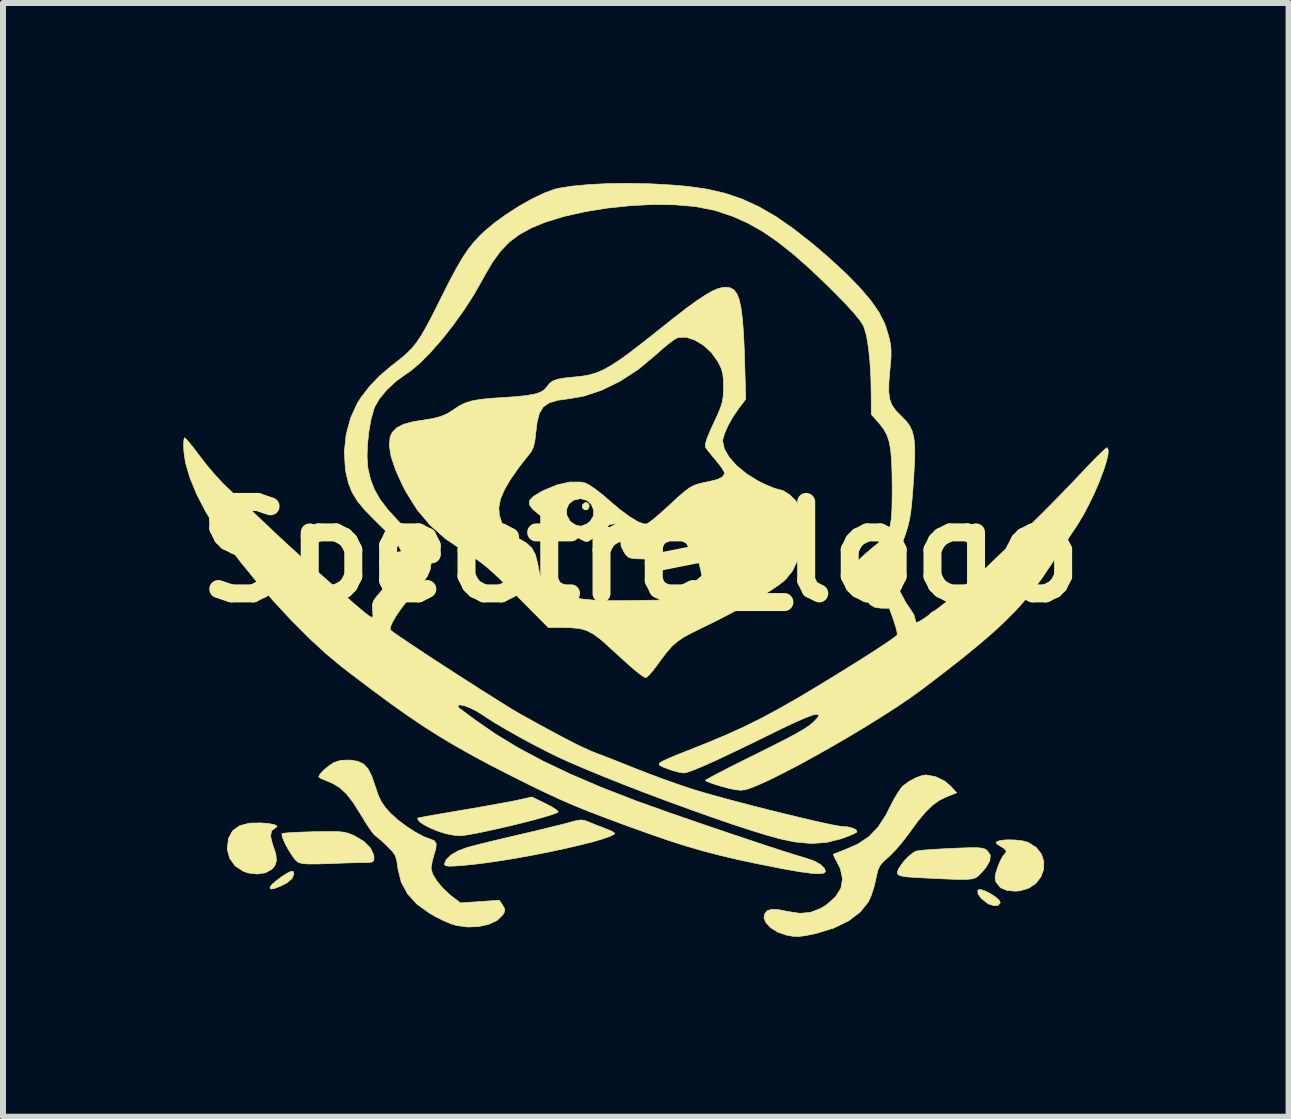
<source format=kicad_pcb>
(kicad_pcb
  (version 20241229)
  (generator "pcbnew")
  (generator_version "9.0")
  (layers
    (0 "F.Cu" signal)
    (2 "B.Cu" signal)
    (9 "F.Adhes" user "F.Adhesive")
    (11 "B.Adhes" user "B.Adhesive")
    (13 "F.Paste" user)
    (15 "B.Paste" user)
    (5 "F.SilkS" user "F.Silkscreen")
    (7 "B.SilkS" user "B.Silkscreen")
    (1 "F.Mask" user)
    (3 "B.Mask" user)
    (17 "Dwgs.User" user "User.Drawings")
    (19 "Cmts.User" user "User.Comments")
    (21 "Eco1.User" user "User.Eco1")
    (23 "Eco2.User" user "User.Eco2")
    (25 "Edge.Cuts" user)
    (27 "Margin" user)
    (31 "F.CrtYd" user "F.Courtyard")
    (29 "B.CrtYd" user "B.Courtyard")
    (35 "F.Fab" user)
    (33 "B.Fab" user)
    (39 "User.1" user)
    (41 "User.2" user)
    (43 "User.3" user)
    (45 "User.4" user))
  (footprint "Spectre_logo"
    (layer "F.Cu")
    (at 7.627 6.149)
    (property "Reference" "Spectre_logo" (at 0 0 0) (layer "F.SilkS") (effects (font (size 1.524 1.524) (thickness 0.3))))
    (attr through_hole)
    (fp_poly (pts (xy -0.866 -0.799) (xy -0.857 -0.762) (xy -0.88 -0.711) (xy -0.928 -0.7) (xy -0.968 -0.73) (xy -0.973 -0.784) (xy -0.931 -0.821) (xy -0.903 -0.826) (xy -0.866 -0.799)) (stroke (width 0.01) (type solid)) (fill yes) (layer "F.SilkS"))
    (fp_poly (pts (xy -5.779 5.362) (xy -5.81 5.441) (xy -5.9 5.517) (xy -6.009 5.571) (xy -6.111 5.609) (xy -6.165 5.616) (xy -6.177 5.592) (xy -6.173 5.576) (xy -6.137 5.533) (xy -6.065 5.472) (xy -5.977 5.407) (xy -5.891 5.352) (xy -5.834 5.324) (xy -5.789 5.324) (xy -5.779 5.362)) (stroke (width 0.01) (type solid)) (fill yes) (layer "F.SilkS"))
    (fp_poly (pts (xy 5.739 5.649) (xy 5.826 5.692) (xy 5.909 5.746) (xy 5.97 5.799) (xy 5.992 5.841) (xy 5.992 5.842) (xy 5.958 5.887) (xy 5.89 5.895) (xy 5.802 5.867) (xy 5.77 5.848) (xy 5.674 5.77) (xy 5.621 5.697) (xy 5.618 5.64) (xy 5.623 5.631) (xy 5.666 5.625) (xy 5.739 5.649)) (stroke (width 0.01) (type solid)) (fill yes) (layer "F.SilkS"))
    (fp_poly (pts (xy -6.201 4.525) (xy -6.108 4.542) (xy -6.062 4.564) (xy -6.069 4.586) (xy -6.088 4.595) (xy -6.152 4.646) (xy -6.168 4.737) (xy -6.136 4.868) (xy -6.128 4.889) (xy -6.08 5.034) (xy -6.069 5.142) (xy -6.096 5.226) (xy -6.148 5.288) (xy -6.252 5.345) (xy -6.388 5.366) (xy -6.535 5.35) (xy -6.621 5.321) (xy -6.757 5.232) (xy -6.849 5.106) (xy -6.889 4.958) (xy -6.89 4.932) (xy -6.867 4.766) (xy -6.799 4.643) (xy -6.683 4.561) (xy -6.52 4.518) (xy -6.332 4.514) (xy -6.201 4.525)) (stroke (width 0.01) (type solid)) (fill yes) (layer "F.SilkS"))
    (fp_poly (pts (xy 6.242 4.799) (xy 6.361 4.813) (xy 6.452 4.837) (xy 6.454 4.838) (xy 6.591 4.923) (xy 6.678 5.034) (xy 6.718 5.16) (xy 6.714 5.29) (xy 6.669 5.414) (xy 6.585 5.522) (xy 6.466 5.603) (xy 6.313 5.647) (xy 6.238 5.652) (xy 6.105 5.64) (xy 6.009 5.6) (xy 5.989 5.586) (xy 5.919 5.498) (xy 5.905 5.427) (xy 5.918 5.349) (xy 5.951 5.248) (xy 5.993 5.146) (xy 6.037 5.065) (xy 6.068 5.03) (xy 6.095 4.99) (xy 6.059 4.942) (xy 5.996 4.903) (xy 5.934 4.864) (xy 5.925 4.837) (xy 5.941 4.823) (xy 6.009 4.804) (xy 6.117 4.796) (xy 6.242 4.799)) (stroke (width 0.01) (type solid)) (fill yes) (layer "F.SilkS"))
    (fp_poly (pts (xy -5.01 4.662) (xy -4.933 4.672) (xy -4.87 4.688) (xy -4.807 4.713) (xy -4.76 4.735) (xy -4.609 4.826) (xy -4.503 4.933) (xy -4.45 5.048) (xy -4.445 5.093) (xy -4.449 5.141) (xy -4.473 5.165) (xy -4.531 5.174) (xy -4.615 5.175) (xy -4.712 5.177) (xy -4.854 5.18) (xy -5.023 5.186) (xy -5.199 5.193) (xy -5.21 5.193) (xy -5.403 5.199) (xy -5.542 5.199) (xy -5.638 5.191) (xy -5.699 5.176) (xy -5.712 5.169) (xy -5.76 5.126) (xy -5.817 5.047) (xy -5.877 4.95) (xy -5.93 4.851) (xy -5.967 4.764) (xy -5.98 4.706) (xy -5.976 4.693) (xy -5.938 4.685) (xy -5.848 4.677) (xy -5.717 4.67) (xy -5.556 4.664) (xy -5.445 4.661) (xy -5.253 4.658) (xy -5.112 4.658) (xy -5.01 4.662)) (stroke (width 0.01) (type solid)) (fill yes) (layer "F.SilkS"))
    (fp_poly (pts (xy 5.615 4.928) (xy 5.682 4.934) (xy 5.728 4.946) (xy 5.761 4.965) (xy 5.774 4.975) (xy 5.826 5.05) (xy 5.818 5.144) (xy 5.751 5.26) (xy 5.684 5.337) (xy 5.646 5.377) (xy 5.613 5.408) (xy 5.575 5.431) (xy 5.526 5.446) (xy 5.456 5.454) (xy 5.359 5.456) (xy 5.225 5.454) (xy 5.048 5.447) (xy 4.817 5.436) (xy 4.715 5.431) (xy 4.531 5.421) (xy 4.403 5.41) (xy 4.323 5.394) (xy 4.283 5.37) (xy 4.276 5.336) (xy 4.293 5.289) (xy 4.299 5.276) (xy 4.365 5.179) (xy 4.452 5.083) (xy 4.542 5.01) (xy 4.588 4.985) (xy 4.64 4.976) (xy 4.743 4.965) (xy 4.886 4.955) (xy 5.055 4.945) (xy 5.177 4.939) (xy 5.372 4.931) (xy 5.515 4.927) (xy 5.615 4.928)) (stroke (width 0.01) (type solid)) (fill yes) (layer "F.SilkS"))
    (fp_poly (pts (xy -1.588 4.191) (xy -1.484 4.245) (xy -1.409 4.293) (xy -1.375 4.326) (xy -1.375 4.331) (xy -1.409 4.351) (xy -1.496 4.382) (xy -1.624 4.42) (xy -1.785 4.465) (xy -1.968 4.512) (xy -2.164 4.56) (xy -2.362 4.606) (xy -2.552 4.648) (xy -2.725 4.684) (xy -2.87 4.71) (xy -2.977 4.726) (xy -3.024 4.729) (xy -3.121 4.718) (xy -3.237 4.696) (xy -3.27 4.687) (xy -3.401 4.644) (xy -3.522 4.592) (xy -3.623 4.538) (xy -3.692 4.488) (xy -3.718 4.448) (xy -3.711 4.433) (xy -3.678 4.425) (xy -3.591 4.409) (xy -3.459 4.385) (xy -3.292 4.356) (xy -3.099 4.323) (xy -3 4.306) (xy -2.779 4.269) (xy -2.563 4.231) (xy -2.366 4.195) (xy -2.2 4.165) (xy -2.08 4.141) (xy -2.057 4.136) (xy -1.812 4.082) (xy -1.588 4.191)) (stroke (width 0.01) (type solid)) (fill yes) (layer "F.SilkS"))
    (fp_poly (pts (xy -0.937 4.473) (xy -0.865 4.499) (xy -0.849 4.506) (xy -0.733 4.553) (xy -0.602 4.603) (xy -0.561 4.619) (xy -0.48 4.654) (xy -0.436 4.684) (xy -0.434 4.698) (xy -0.502 4.734) (xy -0.624 4.778) (xy -0.792 4.828) (xy -0.998 4.88) (xy -1.234 4.935) (xy -1.49 4.99) (xy -1.759 5.044) (xy -2.032 5.094) (xy -2.301 5.139) (xy -2.557 5.177) (xy -2.792 5.206) (xy -2.977 5.224) (xy -3.116 5.234) (xy -3.204 5.235) (xy -3.251 5.227) (xy -3.269 5.21) (xy -3.27 5.2) (xy -3.241 5.126) (xy -3.161 5.049) (xy -3.041 4.979) (xy -2.893 4.924) (xy -2.892 4.924) (xy -2.796 4.898) (xy -2.652 4.861) (xy -2.472 4.817) (xy -2.27 4.769) (xy -2.06 4.719) (xy -2.032 4.713) (xy -1.823 4.664) (xy -1.621 4.616) (xy -1.44 4.571) (xy -1.292 4.535) (xy -1.192 4.508) (xy -1.182 4.505) (xy -1.072 4.476) (xy -0.998 4.465) (xy -0.937 4.473)) (stroke (width 0.01) (type solid)) (fill yes) (layer "F.SilkS"))
    (fp_poly (pts (xy 4.912 3.743) (xy 5.065 3.817) (xy 5.161 3.898) (xy 5.266 4.012) (xy 5.086 4.084) (xy 4.97 4.142) (xy 4.859 4.222) (xy 4.745 4.334) (xy 4.619 4.485) (xy 4.473 4.684) (xy 4.466 4.694) (xy 4.367 4.825) (xy 4.256 4.955) (xy 4.153 5.061) (xy 4.127 5.085) (xy 4.04 5.163) (xy 3.987 5.227) (xy 3.953 5.3) (xy 3.928 5.404) (xy 3.917 5.461) (xy 3.883 5.599) (xy 3.838 5.733) (xy 3.794 5.829) (xy 3.657 6.001) (xy 3.464 6.147) (xy 3.217 6.267) (xy 2.919 6.357) (xy 2.899 6.362) (xy 2.747 6.393) (xy 2.634 6.407) (xy 2.538 6.404) (xy 2.437 6.386) (xy 2.424 6.383) (xy 2.284 6.334) (xy 2.17 6.264) (xy 2.09 6.181) (xy 2.054 6.097) (xy 2.066 6.029) (xy 2.111 5.977) (xy 2.183 5.954) (xy 2.292 5.959) (xy 2.445 5.989) (xy 2.651 6.021) (xy 2.83 6.005) (xy 3 5.939) (xy 3.095 5.88) (xy 3.246 5.747) (xy 3.336 5.602) (xy 3.363 5.446) (xy 3.328 5.281) (xy 3.282 5.187) (xy 3.238 5.106) (xy 3.213 5.051) (xy 3.211 5.037) (xy 3.245 5.022) (xy 3.32 4.993) (xy 3.381 4.97) (xy 3.616 4.868) (xy 3.804 4.743) (xy 3.957 4.583) (xy 4.089 4.378) (xy 4.143 4.27) (xy 4.211 4.137) (xy 4.282 4.016) (xy 4.344 3.927) (xy 4.369 3.899) (xy 4.469 3.824) (xy 4.587 3.761) (xy 4.7 3.722) (xy 4.754 3.715) (xy 4.912 3.743)) (stroke (width 0.01) (type solid)) (fill yes) (layer "F.SilkS"))
    (fp_poly (pts (xy -4.836 3.468) (xy -4.712 3.488) (xy -4.618 3.533) (xy -4.544 3.612) (xy -4.482 3.735) (xy -4.424 3.902) (xy -4.375 4.049) (xy -4.325 4.158) (xy -4.261 4.251) (xy -4.18 4.343) (xy -4.06 4.454) (xy -3.915 4.565) (xy -3.762 4.665) (xy -3.62 4.741) (xy -3.514 4.781) (xy -3.44 4.81) (xy -3.408 4.861) (xy -3.414 4.945) (xy -3.442 5.037) (xy -3.472 5.145) (xy -3.49 5.243) (xy -3.493 5.274) (xy -3.468 5.365) (xy -3.401 5.477) (xy -3.302 5.598) (xy -3.181 5.712) (xy -3.144 5.741) (xy -3.004 5.847) (xy -2.356 5.803) (xy -2.301 5.886) (xy -2.266 5.95) (xy -2.27 5.998) (xy -2.299 6.048) (xy -2.393 6.139) (xy -2.532 6.204) (xy -2.701 6.242) (xy -2.885 6.249) (xy -3.069 6.224) (xy -3.167 6.194) (xy -3.288 6.142) (xy -3.425 6.073) (xy -3.516 6.021) (xy -3.73 5.867) (xy -3.886 5.696) (xy -3.99 5.503) (xy -4.046 5.278) (xy -4.05 5.243) (xy -4.066 5.133) (xy -4.092 5.055) (xy -4.14 4.987) (xy -4.223 4.902) (xy -4.228 4.897) (xy -4.314 4.817) (xy -4.387 4.754) (xy -4.429 4.722) (xy -4.462 4.686) (xy -4.519 4.607) (xy -4.592 4.496) (xy -4.672 4.364) (xy -4.674 4.361) (xy -4.793 4.173) (xy -4.9 4.034) (xy -5.008 3.933) (xy -5.126 3.859) (xy -5.247 3.808) (xy -5.322 3.777) (xy -5.363 3.75) (xy -5.366 3.745) (xy -5.342 3.7) (xy -5.282 3.636) (xy -5.203 3.569) (xy -5.123 3.514) (xy -5.111 3.508) (xy -4.996 3.471) (xy -4.851 3.467) (xy -4.836 3.468)) (stroke (width 0.01) (type solid)) (fill yes) (layer "F.SilkS"))
    (fp_poly (pts (xy 1.491 -4.403) (xy 1.551 -4.37) (xy 1.601 -4.307) (xy 1.64 -4.211) (xy 1.67 -4.075) (xy 1.694 -3.894) (xy 1.712 -3.663) (xy 1.726 -3.377) (xy 1.731 -3.202) (xy 1.751 -2.547) (xy 1.633 -2.393) (xy 1.54 -2.257) (xy 1.459 -2.114) (xy 1.399 -1.981) (xy 1.368 -1.874) (xy 1.366 -1.846) (xy 1.394 -1.717) (xy 1.475 -1.578) (xy 1.601 -1.437) (xy 1.764 -1.303) (xy 1.955 -1.185) (xy 2.015 -1.154) (xy 2.127 -1.103) (xy 2.219 -1.066) (xy 2.276 -1.048) (xy 2.281 -1.048) (xy 2.375 -1.022) (xy 2.48 -0.956) (xy 2.576 -0.864) (xy 2.639 -0.769) (xy 2.671 -0.695) (xy 2.69 -0.621) (xy 2.697 -0.53) (xy 2.695 -0.404) (xy 2.691 -0.323) (xy 2.665 -0.065) (xy 2.612 0.143) (xy 2.531 0.313) (xy 2.416 0.455) (xy 2.405 0.466) (xy 2.31 0.543) (xy 2.165 0.642) (xy 1.979 0.756) (xy 1.76 0.881) (xy 1.517 1.013) (xy 1.258 1.147) (xy 1.035 1.256) (xy 0.854 1.345) (xy 0.717 1.419) (xy 0.61 1.491) (xy 0.52 1.571) (xy 0.432 1.672) (xy 0.332 1.803) (xy 0.287 1.865) (xy 0.21 1.968) (xy 0.143 2.046) (xy 0.096 2.089) (xy 0.085 2.094) (xy 0.043 2.074) (xy -0.03 2.022) (xy -0.108 1.959) (xy -0.201 1.878) (xy -0.321 1.77) (xy -0.448 1.654) (xy -0.513 1.594) (xy -0.663 1.46) (xy -0.788 1.367) (xy -0.904 1.307) (xy -1.028 1.274) (xy -1.174 1.261) (xy -1.27 1.259) (xy -1.54 1.258) (xy -2.064 0.73) (xy -2.242 0.552) (xy -2.386 0.412) (xy -2.507 0.301) (xy -2.613 0.212) (xy -2.715 0.135) (xy -2.823 0.063) (xy -2.937 -0.007) (xy -3.248 -0.217) (xy -3.506 -0.445) (xy -3.725 -0.704) (xy -3.748 -0.741) (xy -2.364 -0.741) (xy -2.356 -0.615) (xy -2.316 -0.491) (xy -2.302 -0.46) (xy -2.245 -0.373) (xy -2.161 -0.301) (xy -2.049 -0.236) (xy -1.909 -0.153) (xy -1.815 -0.067) (xy -1.756 0.04) (xy -1.718 0.187) (xy -1.709 0.239) (xy -1.678 0.389) (xy -1.635 0.493) (xy -1.568 0.568) (xy -1.468 0.631) (xy -1.456 0.637) (xy -1.312 0.701) (xy -1.159 0.749) (xy -0.986 0.782) (xy -0.782 0.802) (xy -0.535 0.811) (xy -0.28 0.81) (xy 0.314 0.801) (xy 0.578 0.672) (xy 0.707 0.605) (xy 0.824 0.539) (xy 0.91 0.485) (xy 0.931 0.47) (xy 1.02 0.396) (xy 0.967 0.158) (xy 0.929 0.006) (xy 0.887 -0.108) (xy 0.829 -0.206) (xy 0.743 -0.313) (xy 0.708 -0.352) (xy 0.604 -0.445) (xy 0.515 -0.478) (xy 0.445 -0.451) (xy 0.396 -0.365) (xy 0.368 -0.223) (xy 0.364 -0.143) (xy 0.36 -0.035) (xy 0.357 0.05) (xy 0.354 0.085) (xy 0.325 0.105) (xy 0.242 0.115) (xy 0.1 0.117) (xy 0.073 0.117) (xy -0.06 0.113) (xy -0.146 0.106) (xy -0.199 0.09) (xy -0.236 0.06) (xy -0.272 0.011) (xy -0.276 0.004) (xy -0.326 -0.093) (xy -0.334 -0.19) (xy -0.33 -0.222) (xy -0.325 -0.354) (xy -0.359 -0.438) (xy -0.424 -0.473) (xy -0.515 -0.457) (xy -0.626 -0.388) (xy -0.706 -0.316) (xy -0.81 -0.22) (xy -0.883 -0.176) (xy -0.917 -0.174) (xy -0.996 -0.211) (xy -1.113 -0.272) (xy -1.252 -0.35) (xy -1.398 -0.436) (xy -1.534 -0.519) (xy -1.647 -0.592) (xy -1.7 -0.63) (xy -1.797 -0.712) (xy -1.235 -0.712) (xy -1.231 -0.613) (xy -1.181 -0.519) (xy -1.095 -0.45) (xy -0.997 -0.43) (xy -0.893 -0.47) (xy -0.844 -0.51) (xy -0.789 -0.6) (xy -0.784 -0.7) (xy -0.822 -0.792) (xy -0.897 -0.861) (xy -1.001 -0.889) (xy -1.005 -0.889) (xy -1.119 -0.864) (xy -1.197 -0.8) (xy -1.235 -0.712) (xy -1.797 -0.712) (xy -1.805 -0.719) (xy -1.857 -0.792) (xy -1.853 -0.858) (xy -1.793 -0.923) (xy -1.673 -0.997) (xy -1.618 -1.026) (xy -1.393 -1.119) (xy -1.183 -1.166) (xy -0.998 -1.166) (xy -0.916 -1.147) (xy -0.848 -1.111) (xy -0.748 -1.042) (xy -0.632 -0.951) (xy -0.538 -0.87) (xy -0.352 -0.712) (xy -0.188 -0.59) (xy -0.053 -0.508) (xy 0.05 -0.469) (xy 0.099 -0.468) (xy 0.144 -0.495) (xy 0.224 -0.557) (xy 0.329 -0.646) (xy 0.449 -0.754) (xy 0.481 -0.784) (xy 0.62 -0.913) (xy 0.726 -1.005) (xy 0.81 -1.068) (xy 0.887 -1.11) (xy 0.969 -1.138) (xy 1.068 -1.161) (xy 1.127 -1.172) (xy 1.272 -1.207) (xy 1.359 -1.249) (xy 1.395 -1.302) (xy 1.397 -1.319) (xy 1.377 -1.362) (xy 1.326 -1.437) (xy 1.254 -1.526) (xy 1.252 -1.529) (xy 1.175 -1.622) (xy 1.112 -1.7) (xy 1.079 -1.748) (xy 1.077 -1.798) (xy 1.105 -1.891) (xy 1.163 -2.032) (xy 1.215 -2.145) (xy 1.285 -2.297) (xy 1.331 -2.409) (xy 1.359 -2.5) (xy 1.374 -2.586) (xy 1.379 -2.686) (xy 1.38 -2.746) (xy 1.377 -2.884) (xy 1.365 -2.984) (xy 1.338 -3.069) (xy 1.29 -3.165) (xy 1.286 -3.173) (xy 1.18 -3.321) (xy 1.048 -3.444) (xy 0.901 -3.532) (xy 0.755 -3.579) (xy 0.621 -3.575) (xy 0.567 -3.546) (xy 0.479 -3.482) (xy 0.369 -3.392) (xy 0.248 -3.284) (xy 0.233 -3.271) (xy -0.045 -3.04) (xy -0.343 -2.847) (xy -0.647 -2.698) (xy -0.949 -2.597) (xy -1.191 -2.555) (xy -1.386 -2.528) (xy -1.527 -2.485) (xy -1.625 -2.417) (xy -1.688 -2.313) (xy -1.726 -2.166) (xy -1.745 -2.015) (xy -1.763 -1.86) (xy -1.787 -1.753) (xy -1.821 -1.679) (xy -1.838 -1.656) (xy -2.027 -1.414) (xy -2.172 -1.208) (xy -2.274 -1.032) (xy -2.338 -0.878) (xy -2.364 -0.741) (xy -3.748 -0.741) (xy -3.914 -1.007) (xy -3.969 -1.111) (xy -4.086 -1.37) (xy -4.16 -1.593) (xy -4.19 -1.778) (xy -4.175 -1.922) (xy -4.141 -1.993) (xy -4.066 -2.07) (xy -3.954 -2.128) (xy -3.796 -2.171) (xy -3.661 -2.193) (xy -3.479 -2.222) (xy -3.342 -2.256) (xy -3.234 -2.3) (xy -3.136 -2.36) (xy -3.119 -2.372) (xy -3.023 -2.436) (xy -2.924 -2.484) (xy -2.81 -2.519) (xy -2.669 -2.544) (xy -2.487 -2.562) (xy -2.319 -2.573) (xy -2.084 -2.589) (xy -1.904 -2.608) (xy -1.771 -2.631) (xy -1.676 -2.661) (xy -1.611 -2.7) (xy -1.567 -2.749) (xy -1.52 -2.809) (xy -1.463 -2.851) (xy -1.382 -2.88) (xy -1.264 -2.901) (xy -1.096 -2.918) (xy -1.094 -2.918) (xy -0.966 -2.932) (xy -0.85 -2.953) (xy -0.738 -2.987) (xy -0.623 -3.036) (xy -0.498 -3.105) (xy -0.355 -3.198) (xy -0.187 -3.319) (xy 0.012 -3.472) (xy 0.252 -3.661) (xy 0.308 -3.706) (xy 0.557 -3.904) (xy 0.764 -4.064) (xy 0.935 -4.188) (xy 1.075 -4.281) (xy 1.19 -4.347) (xy 1.285 -4.388) (xy 1.366 -4.409) (xy 1.419 -4.413) (xy 1.491 -4.403)) (stroke (width 0.01) (type solid)) (fill yes) (layer "F.SilkS"))
    (fp_poly (pts (xy 0.169 -6.136) (xy 0.52 -6.116) (xy 0.794 -6.092) (xy 1.113 -6.046) (xy 1.411 -5.977) (xy 1.695 -5.88) (xy 1.975 -5.751) (xy 2.259 -5.586) (xy 2.555 -5.38) (xy 2.872 -5.13) (xy 3.127 -4.911) (xy 3.415 -4.647) (xy 3.649 -4.409) (xy 3.833 -4.193) (xy 3.97 -3.996) (xy 4.064 -3.812) (xy 4.09 -3.739) (xy 4.134 -3.593) (xy 4.161 -3.476) (xy 4.172 -3.365) (xy 4.171 -3.238) (xy 4.157 -3.074) (xy 4.153 -3.035) (xy 4.136 -2.828) (xy 4.134 -2.669) (xy 4.15 -2.547) (xy 4.187 -2.449) (xy 4.248 -2.361) (xy 4.337 -2.271) (xy 4.418 -2.189) (xy 4.48 -2.107) (xy 4.524 -2.016) (xy 4.552 -1.907) (xy 4.566 -1.77) (xy 4.567 -1.596) (xy 4.557 -1.375) (xy 4.545 -1.176) (xy 4.529 -0.956) (xy 4.514 -0.786) (xy 4.498 -0.65) (xy 4.478 -0.534) (xy 4.451 -0.423) (xy 4.414 -0.304) (xy 4.364 -0.162) (xy 4.334 -0.079) (xy 4.279 0.081) (xy 4.247 0.2) (xy 4.233 0.294) (xy 4.235 0.382) (xy 4.236 0.392) (xy 4.267 0.523) (xy 4.331 0.68) (xy 4.418 0.842) (xy 4.513 0.981) (xy 4.556 1.055) (xy 4.572 1.116) (xy 4.585 1.165) (xy 4.601 1.175) (xy 4.648 1.155) (xy 4.734 1.1) (xy 4.851 1.016) (xy 4.991 0.911) (xy 5.145 0.79) (xy 5.304 0.66) (xy 5.461 0.528) (xy 5.606 0.401) (xy 5.732 0.285) (xy 5.736 0.281) (xy 6.028 0.001) (xy 6.28 -0.243) (xy 6.499 -0.456) (xy 6.691 -0.645) (xy 6.862 -0.817) (xy 7.02 -0.978) (xy 7.17 -1.134) (xy 7.32 -1.293) (xy 7.322 -1.294) (xy 7.453 -1.433) (xy 7.571 -1.554) (xy 7.668 -1.65) (xy 7.736 -1.714) (xy 7.769 -1.739) (xy 7.77 -1.739) (xy 7.792 -1.7) (xy 7.786 -1.615) (xy 7.756 -1.492) (xy 7.706 -1.34) (xy 7.64 -1.167) (xy 7.561 -0.984) (xy 7.472 -0.799) (xy 7.378 -0.62) (xy 7.28 -0.457) (xy 7.246 -0.406) (xy 7.171 -0.293) (xy 7.072 -0.144) (xy 6.961 0.023) (xy 6.85 0.193) (xy 6.82 0.238) (xy 6.683 0.441) (xy 6.544 0.629) (xy 6.398 0.809) (xy 6.24 0.985) (xy 6.062 1.163) (xy 5.861 1.349) (xy 5.63 1.548) (xy 5.363 1.766) (xy 5.054 2.008) (xy 4.699 2.279) (xy 4.683 2.291) (xy 4.492 2.429) (xy 4.266 2.582) (xy 4.014 2.744) (xy 3.743 2.912) (xy 3.46 3.082) (xy 3.174 3.248) (xy 2.891 3.408) (xy 2.62 3.556) (xy 2.367 3.687) (xy 2.142 3.799) (xy 1.95 3.886) (xy 1.8 3.944) (xy 1.748 3.96) (xy 1.673 3.97) (xy 1.58 3.962) (xy 1.454 3.935) (xy 1.359 3.909) (xy 1.236 3.872) (xy 1.141 3.839) (xy 1.087 3.814) (xy 1.079 3.806) (xy 1.107 3.787) (xy 1.184 3.743) (xy 1.305 3.68) (xy 1.461 3.599) (xy 1.646 3.506) (xy 1.853 3.403) (xy 1.915 3.373) (xy 2.189 3.236) (xy 2.411 3.123) (xy 2.585 3.03) (xy 2.716 2.954) (xy 2.81 2.892) (xy 2.871 2.842) (xy 2.874 2.839) (xy 2.943 2.768) (xy 2.971 2.73) (xy 2.962 2.712) (xy 2.926 2.704) (xy 2.872 2.715) (xy 2.768 2.753) (xy 2.619 2.817) (xy 2.432 2.903) (xy 2.212 3.01) (xy 2.212 3.01) (xy 1.84 3.193) (xy 1.523 3.345) (xy 1.26 3.469) (xy 1.049 3.564) (xy 0.888 3.631) (xy 0.778 3.67) (xy 0.717 3.683) (xy 0.644 3.672) (xy 0.539 3.644) (xy 0.456 3.615) (xy 0.358 3.577) (xy 0.312 3.551) (xy 0.307 3.528) (xy 0.334 3.504) (xy 0.387 3.475) (xy 0.484 3.431) (xy 0.612 3.378) (xy 0.728 3.332) (xy 1.101 3.184) (xy 1.43 3.046) (xy 1.731 2.909) (xy 2.023 2.764) (xy 2.32 2.604) (xy 2.641 2.42) (xy 2.834 2.305) (xy 3.085 2.153) (xy 3.328 2.004) (xy 3.555 1.863) (xy 3.762 1.732) (xy 3.942 1.616) (xy 4.089 1.519) (xy 4.197 1.444) (xy 4.261 1.396) (xy 4.275 1.38) (xy 4.272 1.334) (xy 4.25 1.248) (xy 4.216 1.141) (xy 4.143 0.937) (xy 4.008 0.936) (xy 3.902 0.922) (xy 3.822 0.875) (xy 3.755 0.786) (xy 3.699 0.667) (xy 3.646 0.555) (xy 3.584 0.449) (xy 3.566 0.423) (xy 3.519 0.352) (xy 3.494 0.301) (xy 3.493 0.295) (xy 3.515 0.258) (xy 3.575 0.192) (xy 3.661 0.107) (xy 3.763 0.014) (xy 3.867 -0.075) (xy 3.93 -0.125) (xy 4.015 -0.195) (xy 4.079 -0.263) (xy 4.126 -0.34) (xy 4.157 -0.436) (xy 4.177 -0.561) (xy 4.187 -0.725) (xy 4.19 -0.937) (xy 4.191 -1.054) (xy 4.188 -1.322) (xy 4.18 -1.536) (xy 4.165 -1.705) (xy 4.14 -1.839) (xy 4.104 -1.948) (xy 4.054 -2.04) (xy 3.99 -2.126) (xy 3.973 -2.145) (xy 3.842 -2.295) (xy 3.841 -2.6) (xy 3.836 -2.897) (xy 3.82 -3.168) (xy 3.796 -3.404) (xy 3.764 -3.598) (xy 3.724 -3.739) (xy 3.71 -3.773) (xy 3.652 -3.863) (xy 3.547 -3.991) (xy 3.393 -4.158) (xy 3.19 -4.364) (xy 3.145 -4.409) (xy 2.831 -4.71) (xy 2.545 -4.962) (xy 2.28 -5.172) (xy 2.029 -5.344) (xy 1.784 -5.482) (xy 1.537 -5.592) (xy 1.283 -5.678) (xy 1.191 -5.703) (xy 0.904 -5.758) (xy 0.573 -5.786) (xy 0.212 -5.791) (xy -0.167 -5.772) (xy -0.55 -5.732) (xy -0.925 -5.672) (xy -1.276 -5.593) (xy -1.592 -5.496) (xy -1.829 -5.398) (xy -2.022 -5.291) (xy -2.187 -5.168) (xy -2.332 -5.019) (xy -2.469 -4.831) (xy -2.608 -4.595) (xy -2.636 -4.542) (xy -2.779 -4.29) (xy -2.944 -4.034) (xy -3.124 -3.783) (xy -3.31 -3.546) (xy -3.496 -3.334) (xy -3.673 -3.154) (xy -3.834 -3.018) (xy -3.905 -2.97) (xy -4.073 -2.85) (xy -4.226 -2.708) (xy -4.351 -2.559) (xy -4.433 -2.419) (xy -4.441 -2.398) (xy -4.491 -2.224) (xy -4.529 -2.016) (xy -4.553 -1.796) (xy -4.56 -1.588) (xy -4.548 -1.413) (xy -4.545 -1.395) (xy -4.502 -1.209) (xy -4.437 -1.04) (xy -4.343 -0.876) (xy -4.214 -0.706) (xy -4.041 -0.518) (xy -3.955 -0.431) (xy -3.797 -0.273) (xy -3.678 -0.151) (xy -3.595 -0.057) (xy -3.541 0.018) (xy -3.509 0.08) (xy -3.495 0.137) (xy -3.493 0.184) (xy -3.507 0.29) (xy -3.553 0.399) (xy -3.637 0.523) (xy -3.766 0.671) (xy -3.792 0.699) (xy -3.894 0.815) (xy -3.99 0.939) (xy -4.073 1.06) (xy -4.136 1.168) (xy -4.172 1.25) (xy -4.173 1.297) (xy -4.171 1.3) (xy -4.119 1.34) (xy -4.02 1.409) (xy -3.882 1.502) (xy -3.713 1.615) (xy -3.521 1.742) (xy -3.312 1.878) (xy -3.094 2.019) (xy -2.875 2.16) (xy -2.662 2.296) (xy -2.463 2.422) (xy -2.284 2.534) (xy -2.135 2.626) (xy -2.021 2.693) (xy -1.984 2.714) (xy -1.699 2.871) (xy -1.461 3.001) (xy -1.265 3.105) (xy -1.104 3.188) (xy -0.971 3.253) (xy -0.859 3.304) (xy -0.762 3.344) (xy -0.74 3.353) (xy -0.631 3.394) (xy -0.481 3.452) (xy -0.307 3.521) (xy -0.125 3.594) (xy -0.064 3.618) (xy 0.147 3.7) (xy 0.387 3.789) (xy 0.627 3.874) (xy 0.84 3.946) (xy 0.853 3.95) (xy 1.002 3.995) (xy 1.189 4.049) (xy 1.407 4.109) (xy 1.645 4.172) (xy 1.897 4.238) (xy 2.154 4.303) (xy 2.406 4.365) (xy 2.646 4.423) (xy 2.864 4.475) (xy 3.053 4.517) (xy 3.204 4.549) (xy 3.309 4.568) (xy 3.35 4.572) (xy 3.452 4.581) (xy 3.538 4.603) (xy 3.593 4.633) (xy 3.602 4.664) (xy 3.598 4.67) (xy 3.554 4.695) (xy 3.467 4.732) (xy 3.354 4.774) (xy 3.336 4.78) (xy 3.095 4.84) (xy 2.845 4.857) (xy 2.571 4.832) (xy 2.319 4.779) (xy 2.102 4.719) (xy 1.836 4.637) (xy 1.53 4.537) (xy 1.195 4.422) (xy 0.84 4.296) (xy 0.473 4.162) (xy 0.105 4.024) (xy -0.254 3.886) (xy -0.596 3.75) (xy -0.911 3.62) (xy -1.19 3.501) (xy -1.381 3.414) (xy -1.578 3.317) (xy -1.794 3.205) (xy -2.016 3.085) (xy -2.229 2.965) (xy -2.419 2.853) (xy -2.573 2.756) (xy -2.628 2.718) (xy -2.737 2.65) (xy -2.85 2.594) (xy -2.949 2.558) (xy -3.019 2.547) (xy -3.041 2.554) (xy -3.041 2.588) (xy -3.03 2.597) (xy -2.992 2.625) (xy -2.917 2.681) (xy -2.816 2.756) (xy -2.761 2.797) (xy -2.424 3.031) (xy -2.049 3.259) (xy -1.632 3.482) (xy -1.169 3.702) (xy -0.656 3.922) (xy -0.088 4.143) (xy 0.492 4.35) (xy 0.834 4.468) (xy 1.167 4.582) (xy 1.485 4.69) (xy 1.781 4.789) (xy 2.05 4.879) (xy 2.285 4.956) (xy 2.479 5.018) (xy 2.627 5.064) (xy 2.722 5.092) (xy 2.73 5.094) (xy 2.879 5.144) (xy 2.994 5.206) (xy 3.063 5.274) (xy 3.08 5.324) (xy 3.055 5.351) (xy 2.98 5.361) (xy 2.852 5.355) (xy 2.669 5.331) (xy 2.428 5.29) (xy 2.302 5.266) (xy 1.935 5.193) (xy 1.611 5.124) (xy 1.316 5.054) (xy 1.036 4.981) (xy 0.757 4.9) (xy 0.466 4.807) (xy 0.149 4.698) (xy -0.208 4.57) (xy -0.343 4.52) (xy -0.638 4.41) (xy -0.893 4.312) (xy -1.125 4.217) (xy -1.347 4.121) (xy -1.575 4.015) (xy -1.825 3.895) (xy -2.111 3.752) (xy -2.2 3.707) (xy -2.531 3.537) (xy -2.83 3.376) (xy -3.108 3.219) (xy -3.375 3.059) (xy -3.639 2.891) (xy -3.91 2.707) (xy -4.198 2.502) (xy -4.512 2.27) (xy -4.862 2.004) (xy -4.978 1.915) (xy -5.242 1.696) (xy -5.526 1.434) (xy -5.82 1.139) (xy -6.115 0.821) (xy -6.402 0.491) (xy -6.672 0.16) (xy -6.915 -0.163) (xy -7.123 -0.466) (xy -7.244 -0.664) (xy -7.397 -0.957) (xy -7.512 -1.235) (xy -7.586 -1.489) (xy -7.613 -1.675) (xy -7.617 -1.786) (xy -7.613 -1.868) (xy -7.602 -1.903) (xy -7.6 -1.904) (xy -7.572 -1.879) (xy -7.515 -1.813) (xy -7.437 -1.716) (xy -7.35 -1.6) (xy -7.235 -1.451) (xy -7.103 -1.296) (xy -6.976 -1.157) (xy -6.906 -1.088) (xy -6.814 -1.002) (xy -6.687 -0.882) (xy -6.536 -0.74) (xy -6.373 -0.584) (xy -6.207 -0.426) (xy -6.175 -0.396) (xy -6.031 -0.26) (xy -5.864 -0.106) (xy -5.683 0.059) (xy -5.494 0.229) (xy -5.304 0.399) (xy -5.119 0.563) (xy -4.946 0.714) (xy -4.792 0.847) (xy -4.663 0.956) (xy -4.567 1.035) (xy -4.509 1.077) (xy -4.505 1.08) (xy -4.474 1.09) (xy -4.462 1.065) (xy -4.466 0.992) (xy -4.469 0.971) (xy -4.473 0.883) (xy -4.454 0.816) (xy -4.403 0.744) (xy -4.374 0.711) (xy -4.299 0.621) (xy -4.207 0.505) (xy -4.117 0.387) (xy -4.116 0.385) (xy -4.039 0.272) (xy -3.989 0.175) (xy -3.97 0.086) (xy -3.984 -0.003) (xy -4.035 -0.102) (xy -4.125 -0.218) (xy -4.258 -0.359) (xy -4.431 -0.53) (xy -4.599 -0.701) (xy -4.722 -0.851) (xy -4.809 -0.994) (xy -4.87 -1.146) (xy -4.911 -1.321) (xy -4.922 -1.386) (xy -4.939 -1.667) (xy -4.909 -1.955) (xy -4.835 -2.232) (xy -4.722 -2.48) (xy -4.659 -2.578) (xy -4.512 -2.767) (xy -4.353 -2.933) (xy -4.161 -3.096) (xy -4.094 -3.148) (xy -3.984 -3.235) (xy -3.891 -3.316) (xy -3.809 -3.399) (xy -3.733 -3.494) (xy -3.657 -3.608) (xy -3.574 -3.751) (xy -3.479 -3.931) (xy -3.366 -4.156) (xy -3.312 -4.264) (xy -3.181 -4.524) (xy -3.068 -4.734) (xy -2.968 -4.905) (xy -2.874 -5.045) (xy -2.779 -5.165) (xy -2.678 -5.273) (xy -2.612 -5.337) (xy -2.439 -5.482) (xy -2.238 -5.628) (xy -2.024 -5.765) (xy -1.809 -5.886) (xy -1.607 -5.982) (xy -1.433 -6.046) (xy -1.375 -6.061) (xy -1.139 -6.098) (xy -0.853 -6.124) (xy -0.531 -6.14) (xy -0.186 -6.144) (xy 0.169 -6.136)) (stroke (width 0.01) (type solid)) (fill yes) (layer "F.SilkS")))
  (gr_rect
    (start -3 -3)
    (end 18.424 15.56)
    (stroke (width 0.1) (type default))
    (fill no)
    (layer "Edge.Cuts")))
</source>
